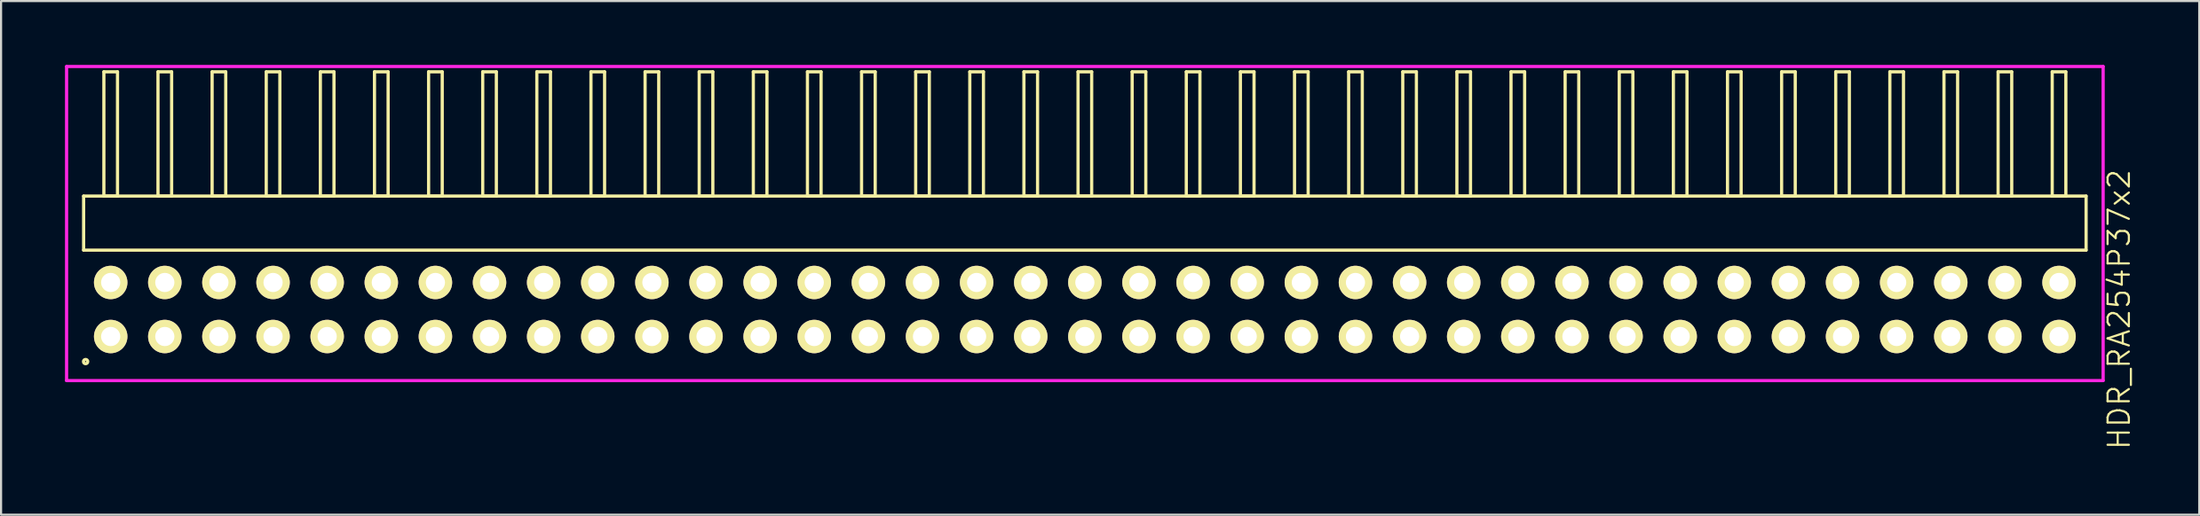
<source format=kicad_pcb>
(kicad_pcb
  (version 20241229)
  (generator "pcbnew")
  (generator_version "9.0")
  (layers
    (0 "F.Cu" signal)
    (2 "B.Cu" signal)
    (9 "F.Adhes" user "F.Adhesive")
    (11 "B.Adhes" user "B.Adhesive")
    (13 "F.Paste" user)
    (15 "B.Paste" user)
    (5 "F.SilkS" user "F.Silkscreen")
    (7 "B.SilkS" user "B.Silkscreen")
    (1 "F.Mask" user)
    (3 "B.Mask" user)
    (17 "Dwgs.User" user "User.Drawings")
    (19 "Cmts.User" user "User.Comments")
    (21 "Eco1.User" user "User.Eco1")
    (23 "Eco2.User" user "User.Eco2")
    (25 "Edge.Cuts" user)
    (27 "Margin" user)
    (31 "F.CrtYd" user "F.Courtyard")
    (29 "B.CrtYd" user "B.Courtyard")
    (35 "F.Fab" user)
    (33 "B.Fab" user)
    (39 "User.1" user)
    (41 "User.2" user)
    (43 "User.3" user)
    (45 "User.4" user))
  (footprint "HDR_RA254P37x2"
    (layer "F.Cu")
    (at 47.865 11.495)
    (property "Reference" "HDR_RA254P37x2" (at 48.54 0 90) (layer "F.SilkS") (effects (font (size 1 1) (thickness 0.1))))
    (attr through_hole)
    (fp_line (start -46.99 -5.33) (end -46.99 -2.79) (stroke (width 0.15) (type solid)) (layer "F.SilkS"))
    (fp_line (start -46.99 -2.79) (end 46.99 -2.79) (stroke (width 0.15) (type solid)) (layer "F.SilkS"))
    (fp_line (start -46.04 -11.17) (end -46.04 -5.33) (stroke (width 0.15) (type solid)) (layer "F.SilkS"))
    (fp_line (start -46.04 -5.33) (end -45.4 -5.33) (stroke (width 0.15) (type solid)) (layer "F.SilkS"))
    (fp_line (start -45.4 -11.17) (end -46.04 -11.17) (stroke (width 0.15) (type solid)) (layer "F.SilkS"))
    (fp_line (start -45.4 -5.33) (end -45.4 -11.17) (stroke (width 0.15) (type solid)) (layer "F.SilkS"))
    (fp_line (start -43.5 -11.17) (end -43.5 -5.33) (stroke (width 0.15) (type solid)) (layer "F.SilkS"))
    (fp_line (start -43.5 -5.33) (end -42.86 -5.33) (stroke (width 0.15) (type solid)) (layer "F.SilkS"))
    (fp_line (start -42.86 -11.17) (end -43.5 -11.17) (stroke (width 0.15) (type solid)) (layer "F.SilkS"))
    (fp_line (start -42.86 -5.33) (end -42.86 -11.17) (stroke (width 0.15) (type solid)) (layer "F.SilkS"))
    (fp_line (start -40.96 -11.17) (end -40.96 -5.33) (stroke (width 0.15) (type solid)) (layer "F.SilkS"))
    (fp_line (start -40.96 -5.33) (end -40.32 -5.33) (stroke (width 0.15) (type solid)) (layer "F.SilkS"))
    (fp_line (start -40.32 -11.17) (end -40.96 -11.17) (stroke (width 0.15) (type solid)) (layer "F.SilkS"))
    (fp_line (start -40.32 -5.33) (end -40.32 -11.17) (stroke (width 0.15) (type solid)) (layer "F.SilkS"))
    (fp_line (start -38.42 -11.17) (end -38.42 -5.33) (stroke (width 0.15) (type solid)) (layer "F.SilkS"))
    (fp_line (start -38.42 -5.33) (end -37.78 -5.33) (stroke (width 0.15) (type solid)) (layer "F.SilkS"))
    (fp_line (start -37.78 -11.17) (end -38.42 -11.17) (stroke (width 0.15) (type solid)) (layer "F.SilkS"))
    (fp_line (start -37.78 -5.33) (end -37.78 -11.17) (stroke (width 0.15) (type solid)) (layer "F.SilkS"))
    (fp_line (start -35.88 -11.17) (end -35.88 -5.33) (stroke (width 0.15) (type solid)) (layer "F.SilkS"))
    (fp_line (start -35.88 -5.33) (end -35.24 -5.33) (stroke (width 0.15) (type solid)) (layer "F.SilkS"))
    (fp_line (start -35.24 -11.17) (end -35.88 -11.17) (stroke (width 0.15) (type solid)) (layer "F.SilkS"))
    (fp_line (start -35.24 -5.33) (end -35.24 -11.17) (stroke (width 0.15) (type solid)) (layer "F.SilkS"))
    (fp_line (start -33.34 -11.17) (end -33.34 -5.33) (stroke (width 0.15) (type solid)) (layer "F.SilkS"))
    (fp_line (start -33.34 -5.33) (end -32.7 -5.33) (stroke (width 0.15) (type solid)) (layer "F.SilkS"))
    (fp_line (start -32.7 -11.17) (end -33.34 -11.17) (stroke (width 0.15) (type solid)) (layer "F.SilkS"))
    (fp_line (start -32.7 -5.33) (end -32.7 -11.17) (stroke (width 0.15) (type solid)) (layer "F.SilkS"))
    (fp_line (start -30.8 -11.17) (end -30.8 -5.33) (stroke (width 0.15) (type solid)) (layer "F.SilkS"))
    (fp_line (start -30.8 -5.33) (end -30.16 -5.33) (stroke (width 0.15) (type solid)) (layer "F.SilkS"))
    (fp_line (start -30.16 -11.17) (end -30.8 -11.17) (stroke (width 0.15) (type solid)) (layer "F.SilkS"))
    (fp_line (start -30.16 -5.33) (end -30.16 -11.17) (stroke (width 0.15) (type solid)) (layer "F.SilkS"))
    (fp_line (start -28.26 -11.17) (end -28.26 -5.33) (stroke (width 0.15) (type solid)) (layer "F.SilkS"))
    (fp_line (start -28.26 -5.33) (end -27.62 -5.33) (stroke (width 0.15) (type solid)) (layer "F.SilkS"))
    (fp_line (start -27.62 -11.17) (end -28.26 -11.17) (stroke (width 0.15) (type solid)) (layer "F.SilkS"))
    (fp_line (start -27.62 -5.33) (end -27.62 -11.17) (stroke (width 0.15) (type solid)) (layer "F.SilkS"))
    (fp_line (start -25.72 -11.17) (end -25.72 -5.33) (stroke (width 0.15) (type solid)) (layer "F.SilkS"))
    (fp_line (start -25.72 -5.33) (end -25.08 -5.33) (stroke (width 0.15) (type solid)) (layer "F.SilkS"))
    (fp_line (start -25.08 -11.17) (end -25.72 -11.17) (stroke (width 0.15) (type solid)) (layer "F.SilkS"))
    (fp_line (start -25.08 -5.33) (end -25.08 -11.17) (stroke (width 0.15) (type solid)) (layer "F.SilkS"))
    (fp_line (start -23.18 -11.17) (end -23.18 -5.33) (stroke (width 0.15) (type solid)) (layer "F.SilkS"))
    (fp_line (start -23.18 -5.33) (end -22.54 -5.33) (stroke (width 0.15) (type solid)) (layer "F.SilkS"))
    (fp_line (start -22.54 -11.17) (end -23.18 -11.17) (stroke (width 0.15) (type solid)) (layer "F.SilkS"))
    (fp_line (start -22.54 -5.33) (end -22.54 -11.17) (stroke (width 0.15) (type solid)) (layer "F.SilkS"))
    (fp_line (start -20.64 -11.17) (end -20.64 -5.33) (stroke (width 0.15) (type solid)) (layer "F.SilkS"))
    (fp_line (start -20.64 -5.33) (end -20 -5.33) (stroke (width 0.15) (type solid)) (layer "F.SilkS"))
    (fp_line (start -20 -11.17) (end -20.64 -11.17) (stroke (width 0.15) (type solid)) (layer "F.SilkS"))
    (fp_line (start -20 -5.33) (end -20 -11.17) (stroke (width 0.15) (type solid)) (layer "F.SilkS"))
    (fp_line (start -18.1 -11.17) (end -18.1 -5.33) (stroke (width 0.15) (type solid)) (layer "F.SilkS"))
    (fp_line (start -18.1 -5.33) (end -17.46 -5.33) (stroke (width 0.15) (type solid)) (layer "F.SilkS"))
    (fp_line (start -17.46 -11.17) (end -18.1 -11.17) (stroke (width 0.15) (type solid)) (layer "F.SilkS"))
    (fp_line (start -17.46 -5.33) (end -17.46 -11.17) (stroke (width 0.15) (type solid)) (layer "F.SilkS"))
    (fp_line (start -15.56 -11.17) (end -15.56 -5.33) (stroke (width 0.15) (type solid)) (layer "F.SilkS"))
    (fp_line (start -15.56 -5.33) (end -14.92 -5.33) (stroke (width 0.15) (type solid)) (layer "F.SilkS"))
    (fp_line (start -14.92 -11.17) (end -15.56 -11.17) (stroke (width 0.15) (type solid)) (layer "F.SilkS"))
    (fp_line (start -14.92 -5.33) (end -14.92 -11.17) (stroke (width 0.15) (type solid)) (layer "F.SilkS"))
    (fp_line (start -13.02 -11.17) (end -13.02 -5.33) (stroke (width 0.15) (type solid)) (layer "F.SilkS"))
    (fp_line (start -13.02 -5.33) (end -12.38 -5.33) (stroke (width 0.15) (type solid)) (layer "F.SilkS"))
    (fp_line (start -12.38 -11.17) (end -13.02 -11.17) (stroke (width 0.15) (type solid)) (layer "F.SilkS"))
    (fp_line (start -12.38 -5.33) (end -12.38 -11.17) (stroke (width 0.15) (type solid)) (layer "F.SilkS"))
    (fp_line (start -10.48 -11.17) (end -10.48 -5.33) (stroke (width 0.15) (type solid)) (layer "F.SilkS"))
    (fp_line (start -10.48 -5.33) (end -9.84 -5.33) (stroke (width 0.15) (type solid)) (layer "F.SilkS"))
    (fp_line (start -9.84 -11.17) (end -10.48 -11.17) (stroke (width 0.15) (type solid)) (layer "F.SilkS"))
    (fp_line (start -9.84 -5.33) (end -9.84 -11.17) (stroke (width 0.15) (type solid)) (layer "F.SilkS"))
    (fp_line (start -7.94 -11.17) (end -7.94 -5.33) (stroke (width 0.15) (type solid)) (layer "F.SilkS"))
    (fp_line (start -7.94 -5.33) (end -7.3 -5.33) (stroke (width 0.15) (type solid)) (layer "F.SilkS"))
    (fp_line (start -7.3 -11.17) (end -7.94 -11.17) (stroke (width 0.15) (type solid)) (layer "F.SilkS"))
    (fp_line (start -7.3 -5.33) (end -7.3 -11.17) (stroke (width 0.15) (type solid)) (layer "F.SilkS"))
    (fp_line (start -5.4 -11.17) (end -5.4 -5.33) (stroke (width 0.15) (type solid)) (layer "F.SilkS"))
    (fp_line (start -5.4 -5.33) (end -4.76 -5.33) (stroke (width 0.15) (type solid)) (layer "F.SilkS"))
    (fp_line (start -4.76 -11.17) (end -5.4 -11.17) (stroke (width 0.15) (type solid)) (layer "F.SilkS"))
    (fp_line (start -4.76 -5.33) (end -4.76 -11.17) (stroke (width 0.15) (type solid)) (layer "F.SilkS"))
    (fp_line (start -2.86 -11.17) (end -2.86 -5.33) (stroke (width 0.15) (type solid)) (layer "F.SilkS"))
    (fp_line (start -2.86 -5.33) (end -2.22 -5.33) (stroke (width 0.15) (type solid)) (layer "F.SilkS"))
    (fp_line (start -2.22 -11.17) (end -2.86 -11.17) (stroke (width 0.15) (type solid)) (layer "F.SilkS"))
    (fp_line (start -2.22 -5.33) (end -2.22 -11.17) (stroke (width 0.15) (type solid)) (layer "F.SilkS"))
    (fp_line (start -0.32 -11.17) (end -0.32 -5.33) (stroke (width 0.15) (type solid)) (layer "F.SilkS"))
    (fp_line (start -0.32 -5.33) (end 0.32 -5.33) (stroke (width 0.15) (type solid)) (layer "F.SilkS"))
    (fp_line (start 0.32 -11.17) (end -0.32 -11.17) (stroke (width 0.15) (type solid)) (layer "F.SilkS"))
    (fp_line (start 0.32 -5.33) (end 0.32 -11.17) (stroke (width 0.15) (type solid)) (layer "F.SilkS"))
    (fp_line (start 2.22 -11.17) (end 2.22 -5.33) (stroke (width 0.15) (type solid)) (layer "F.SilkS"))
    (fp_line (start 2.22 -5.33) (end 2.86 -5.33) (stroke (width 0.15) (type solid)) (layer "F.SilkS"))
    (fp_line (start 2.86 -11.17) (end 2.22 -11.17) (stroke (width 0.15) (type solid)) (layer "F.SilkS"))
    (fp_line (start 2.86 -5.33) (end 2.86 -11.17) (stroke (width 0.15) (type solid)) (layer "F.SilkS"))
    (fp_line (start 4.76 -11.17) (end 4.76 -5.33) (stroke (width 0.15) (type solid)) (layer "F.SilkS"))
    (fp_line (start 4.76 -5.33) (end 5.4 -5.33) (stroke (width 0.15) (type solid)) (layer "F.SilkS"))
    (fp_line (start 5.4 -11.17) (end 4.76 -11.17) (stroke (width 0.15) (type solid)) (layer "F.SilkS"))
    (fp_line (start 5.4 -5.33) (end 5.4 -11.17) (stroke (width 0.15) (type solid)) (layer "F.SilkS"))
    (fp_line (start 7.3 -11.17) (end 7.3 -5.33) (stroke (width 0.15) (type solid)) (layer "F.SilkS"))
    (fp_line (start 7.3 -5.33) (end 7.94 -5.33) (stroke (width 0.15) (type solid)) (layer "F.SilkS"))
    (fp_line (start 7.94 -11.17) (end 7.3 -11.17) (stroke (width 0.15) (type solid)) (layer "F.SilkS"))
    (fp_line (start 7.94 -5.33) (end 7.94 -11.17) (stroke (width 0.15) (type solid)) (layer "F.SilkS"))
    (fp_line (start 9.84 -11.17) (end 9.84 -5.33) (stroke (width 0.15) (type solid)) (layer "F.SilkS"))
    (fp_line (start 9.84 -5.33) (end 10.48 -5.33) (stroke (width 0.15) (type solid)) (layer "F.SilkS"))
    (fp_line (start 10.48 -11.17) (end 9.84 -11.17) (stroke (width 0.15) (type solid)) (layer "F.SilkS"))
    (fp_line (start 10.48 -5.33) (end 10.48 -11.17) (stroke (width 0.15) (type solid)) (layer "F.SilkS"))
    (fp_line (start 12.38 -11.17) (end 12.38 -5.33) (stroke (width 0.15) (type solid)) (layer "F.SilkS"))
    (fp_line (start 12.38 -5.33) (end 13.02 -5.33) (stroke (width 0.15) (type solid)) (layer "F.SilkS"))
    (fp_line (start 13.02 -11.17) (end 12.38 -11.17) (stroke (width 0.15) (type solid)) (layer "F.SilkS"))
    (fp_line (start 13.02 -5.33) (end 13.02 -11.17) (stroke (width 0.15) (type solid)) (layer "F.SilkS"))
    (fp_line (start 14.92 -11.17) (end 14.92 -5.33) (stroke (width 0.15) (type solid)) (layer "F.SilkS"))
    (fp_line (start 14.92 -5.33) (end 15.56 -5.33) (stroke (width 0.15) (type solid)) (layer "F.SilkS"))
    (fp_line (start 15.56 -11.17) (end 14.92 -11.17) (stroke (width 0.15) (type solid)) (layer "F.SilkS"))
    (fp_line (start 15.56 -5.33) (end 15.56 -11.17) (stroke (width 0.15) (type solid)) (layer "F.SilkS"))
    (fp_line (start 17.46 -11.17) (end 17.46 -5.33) (stroke (width 0.15) (type solid)) (layer "F.SilkS"))
    (fp_line (start 17.46 -5.33) (end 18.1 -5.33) (stroke (width 0.15) (type solid)) (layer "F.SilkS"))
    (fp_line (start 18.1 -11.17) (end 17.46 -11.17) (stroke (width 0.15) (type solid)) (layer "F.SilkS"))
    (fp_line (start 18.1 -5.33) (end 18.1 -11.17) (stroke (width 0.15) (type solid)) (layer "F.SilkS"))
    (fp_line (start 20 -11.17) (end 20 -5.33) (stroke (width 0.15) (type solid)) (layer "F.SilkS"))
    (fp_line (start 20 -5.33) (end 20.64 -5.33) (stroke (width 0.15) (type solid)) (layer "F.SilkS"))
    (fp_line (start 20.64 -11.17) (end 20 -11.17) (stroke (width 0.15) (type solid)) (layer "F.SilkS"))
    (fp_line (start 20.64 -5.33) (end 20.64 -11.17) (stroke (width 0.15) (type solid)) (layer "F.SilkS"))
    (fp_line (start 22.54 -11.17) (end 22.54 -5.33) (stroke (width 0.15) (type solid)) (layer "F.SilkS"))
    (fp_line (start 22.54 -5.33) (end 23.18 -5.33) (stroke (width 0.15) (type solid)) (layer "F.SilkS"))
    (fp_line (start 23.18 -11.17) (end 22.54 -11.17) (stroke (width 0.15) (type solid)) (layer "F.SilkS"))
    (fp_line (start 23.18 -5.33) (end 23.18 -11.17) (stroke (width 0.15) (type solid)) (layer "F.SilkS"))
    (fp_line (start 25.08 -11.17) (end 25.08 -5.33) (stroke (width 0.15) (type solid)) (layer "F.SilkS"))
    (fp_line (start 25.08 -5.33) (end 25.72 -5.33) (stroke (width 0.15) (type solid)) (layer "F.SilkS"))
    (fp_line (start 25.72 -11.17) (end 25.08 -11.17) (stroke (width 0.15) (type solid)) (layer "F.SilkS"))
    (fp_line (start 25.72 -5.33) (end 25.72 -11.17) (stroke (width 0.15) (type solid)) (layer "F.SilkS"))
    (fp_line (start 27.62 -11.17) (end 27.62 -5.33) (stroke (width 0.15) (type solid)) (layer "F.SilkS"))
    (fp_line (start 27.62 -5.33) (end 28.26 -5.33) (stroke (width 0.15) (type solid)) (layer "F.SilkS"))
    (fp_line (start 28.26 -11.17) (end 27.62 -11.17) (stroke (width 0.15) (type solid)) (layer "F.SilkS"))
    (fp_line (start 28.26 -5.33) (end 28.26 -11.17) (stroke (width 0.15) (type solid)) (layer "F.SilkS"))
    (fp_line (start 30.16 -11.17) (end 30.16 -5.33) (stroke (width 0.15) (type solid)) (layer "F.SilkS"))
    (fp_line (start 30.16 -5.33) (end 30.8 -5.33) (stroke (width 0.15) (type solid)) (layer "F.SilkS"))
    (fp_line (start 30.8 -11.17) (end 30.16 -11.17) (stroke (width 0.15) (type solid)) (layer "F.SilkS"))
    (fp_line (start 30.8 -5.33) (end 30.8 -11.17) (stroke (width 0.15) (type solid)) (layer "F.SilkS"))
    (fp_line (start 32.7 -11.17) (end 32.7 -5.33) (stroke (width 0.15) (type solid)) (layer "F.SilkS"))
    (fp_line (start 32.7 -5.33) (end 33.34 -5.33) (stroke (width 0.15) (type solid)) (layer "F.SilkS"))
    (fp_line (start 33.34 -11.17) (end 32.7 -11.17) (stroke (width 0.15) (type solid)) (layer "F.SilkS"))
    (fp_line (start 33.34 -5.33) (end 33.34 -11.17) (stroke (width 0.15) (type solid)) (layer "F.SilkS"))
    (fp_line (start 35.24 -11.17) (end 35.24 -5.33) (stroke (width 0.15) (type solid)) (layer "F.SilkS"))
    (fp_line (start 35.24 -5.33) (end 35.88 -5.33) (stroke (width 0.15) (type solid)) (layer "F.SilkS"))
    (fp_line (start 35.88 -11.17) (end 35.24 -11.17) (stroke (width 0.15) (type solid)) (layer "F.SilkS"))
    (fp_line (start 35.88 -5.33) (end 35.88 -11.17) (stroke (width 0.15) (type solid)) (layer "F.SilkS"))
    (fp_line (start 37.78 -11.17) (end 37.78 -5.33) (stroke (width 0.15) (type solid)) (layer "F.SilkS"))
    (fp_line (start 37.78 -5.33) (end 38.42 -5.33) (stroke (width 0.15) (type solid)) (layer "F.SilkS"))
    (fp_line (start 38.42 -11.17) (end 37.78 -11.17) (stroke (width 0.15) (type solid)) (layer "F.SilkS"))
    (fp_line (start 38.42 -5.33) (end 38.42 -11.17) (stroke (width 0.15) (type solid)) (layer "F.SilkS"))
    (fp_line (start 40.32 -11.17) (end 40.32 -5.33) (stroke (width 0.15) (type solid)) (layer "F.SilkS"))
    (fp_line (start 40.32 -5.33) (end 40.96 -5.33) (stroke (width 0.15) (type solid)) (layer "F.SilkS"))
    (fp_line (start 40.96 -11.17) (end 40.32 -11.17) (stroke (width 0.15) (type solid)) (layer "F.SilkS"))
    (fp_line (start 40.96 -5.33) (end 40.96 -11.17) (stroke (width 0.15) (type solid)) (layer "F.SilkS"))
    (fp_line (start 42.86 -11.17) (end 42.86 -5.33) (stroke (width 0.15) (type solid)) (layer "F.SilkS"))
    (fp_line (start 42.86 -5.33) (end 43.5 -5.33) (stroke (width 0.15) (type solid)) (layer "F.SilkS"))
    (fp_line (start 43.5 -11.17) (end 42.86 -11.17) (stroke (width 0.15) (type solid)) (layer "F.SilkS"))
    (fp_line (start 43.5 -5.33) (end 43.5 -11.17) (stroke (width 0.15) (type solid)) (layer "F.SilkS"))
    (fp_line (start 45.4 -11.17) (end 45.4 -5.33) (stroke (width 0.15) (type solid)) (layer "F.SilkS"))
    (fp_line (start 45.4 -5.33) (end 46.04 -5.33) (stroke (width 0.15) (type solid)) (layer "F.SilkS"))
    (fp_line (start 46.04 -11.17) (end 45.4 -11.17) (stroke (width 0.15) (type solid)) (layer "F.SilkS"))
    (fp_line (start 46.04 -5.33) (end 46.04 -11.17) (stroke (width 0.15) (type solid)) (layer "F.SilkS"))
    (fp_line (start 46.99 -5.33) (end -46.99 -5.33) (stroke (width 0.15) (type solid)) (layer "F.SilkS"))
    (fp_line (start 46.99 -2.79) (end 46.99 -5.33) (stroke (width 0.15) (type solid)) (layer "F.SilkS"))
    (fp_circle (center -46.897 2.448) (end -46.797 2.448) (stroke (width 0.15) (type solid)) (fill no) (layer "F.SilkS"))
    (fp_line (start -47.79 -11.42) (end -47.79 3.34) (stroke (width 0.15) (type solid)) (layer "F.CrtYd"))
    (fp_line (start -47.79 3.34) (end 47.79 3.34) (stroke (width 0.15) (type solid)) (layer "F.CrtYd"))
    (fp_line (start 47.79 -11.42) (end -47.79 -11.42) (stroke (width 0.15) (type solid)) (layer "F.CrtYd"))
    (fp_line (start 47.79 3.34) (end 47.79 -11.42) (stroke (width 0.15) (type solid)) (layer "F.CrtYd"))
    (pad "1" thru_hole oval (at -45.72 1.27) (size 1.57 1.57) (drill 0.9) (layers "*.Cu" "*.Mask" "F.SilkS"))
    (pad "2" thru_hole oval (at -45.72 -1.27) (size 1.57 1.57) (drill 0.9) (layers "*.Cu" "*.Mask" "F.SilkS"))
    (pad "3" thru_hole oval (at -43.18 1.27) (size 1.57 1.57) (drill 0.9) (layers "*.Cu" "*.Mask" "F.SilkS"))
    (pad "4" thru_hole oval (at -43.18 -1.27) (size 1.57 1.57) (drill 0.9) (layers "*.Cu" "*.Mask" "F.SilkS"))
    (pad "5" thru_hole oval (at -40.64 1.27) (size 1.57 1.57) (drill 0.9) (layers "*.Cu" "*.Mask" "F.SilkS"))
    (pad "6" thru_hole oval (at -40.64 -1.27) (size 1.57 1.57) (drill 0.9) (layers "*.Cu" "*.Mask" "F.SilkS"))
    (pad "7" thru_hole oval (at -38.1 1.27) (size 1.57 1.57) (drill 0.9) (layers "*.Cu" "*.Mask" "F.SilkS"))
    (pad "8" thru_hole oval (at -38.1 -1.27) (size 1.57 1.57) (drill 0.9) (layers "*.Cu" "*.Mask" "F.SilkS"))
    (pad "9" thru_hole oval (at -35.56 1.27) (size 1.57 1.57) (drill 0.9) (layers "*.Cu" "*.Mask" "F.SilkS"))
    (pad "10" thru_hole oval (at -35.56 -1.27) (size 1.57 1.57) (drill 0.9) (layers "*.Cu" "*.Mask" "F.SilkS"))
    (pad "11" thru_hole oval (at -33.02 1.27) (size 1.57 1.57) (drill 0.9) (layers "*.Cu" "*.Mask" "F.SilkS"))
    (pad "12" thru_hole oval (at -33.02 -1.27) (size 1.57 1.57) (drill 0.9) (layers "*.Cu" "*.Mask" "F.SilkS"))
    (pad "13" thru_hole oval (at -30.48 1.27) (size 1.57 1.57) (drill 0.9) (layers "*.Cu" "*.Mask" "F.SilkS"))
    (pad "14" thru_hole oval (at -30.48 -1.27) (size 1.57 1.57) (drill 0.9) (layers "*.Cu" "*.Mask" "F.SilkS"))
    (pad "15" thru_hole oval (at -27.94 1.27) (size 1.57 1.57) (drill 0.9) (layers "*.Cu" "*.Mask" "F.SilkS"))
    (pad "16" thru_hole oval (at -27.94 -1.27) (size 1.57 1.57) (drill 0.9) (layers "*.Cu" "*.Mask" "F.SilkS"))
    (pad "17" thru_hole oval (at -25.4 1.27) (size 1.57 1.57) (drill 0.9) (layers "*.Cu" "*.Mask" "F.SilkS"))
    (pad "18" thru_hole oval (at -25.4 -1.27) (size 1.57 1.57) (drill 0.9) (layers "*.Cu" "*.Mask" "F.SilkS"))
    (pad "19" thru_hole oval (at -22.86 1.27) (size 1.57 1.57) (drill 0.9) (layers "*.Cu" "*.Mask" "F.SilkS"))
    (pad "20" thru_hole oval (at -22.86 -1.27) (size 1.57 1.57) (drill 0.9) (layers "*.Cu" "*.Mask" "F.SilkS"))
    (pad "21" thru_hole oval (at -20.32 1.27) (size 1.57 1.57) (drill 0.9) (layers "*.Cu" "*.Mask" "F.SilkS"))
    (pad "22" thru_hole oval (at -20.32 -1.27) (size 1.57 1.57) (drill 0.9) (layers "*.Cu" "*.Mask" "F.SilkS"))
    (pad "23" thru_hole oval (at -17.78 1.27) (size 1.57 1.57) (drill 0.9) (layers "*.Cu" "*.Mask" "F.SilkS"))
    (pad "24" thru_hole oval (at -17.78 -1.27) (size 1.57 1.57) (drill 0.9) (layers "*.Cu" "*.Mask" "F.SilkS"))
    (pad "25" thru_hole oval (at -15.24 1.27) (size 1.57 1.57) (drill 0.9) (layers "*.Cu" "*.Mask" "F.SilkS"))
    (pad "26" thru_hole oval (at -15.24 -1.27) (size 1.57 1.57) (drill 0.9) (layers "*.Cu" "*.Mask" "F.SilkS"))
    (pad "27" thru_hole oval (at -12.7 1.27) (size 1.57 1.57) (drill 0.9) (layers "*.Cu" "*.Mask" "F.SilkS"))
    (pad "28" thru_hole oval (at -12.7 -1.27) (size 1.57 1.57) (drill 0.9) (layers "*.Cu" "*.Mask" "F.SilkS"))
    (pad "29" thru_hole oval (at -10.16 1.27) (size 1.57 1.57) (drill 0.9) (layers "*.Cu" "*.Mask" "F.SilkS"))
    (pad "30" thru_hole oval (at -10.16 -1.27) (size 1.57 1.57) (drill 0.9) (layers "*.Cu" "*.Mask" "F.SilkS"))
    (pad "31" thru_hole oval (at -7.62 1.27) (size 1.57 1.57) (drill 0.9) (layers "*.Cu" "*.Mask" "F.SilkS"))
    (pad "32" thru_hole oval (at -7.62 -1.27) (size 1.57 1.57) (drill 0.9) (layers "*.Cu" "*.Mask" "F.SilkS"))
    (pad "33" thru_hole oval (at -5.08 1.27) (size 1.57 1.57) (drill 0.9) (layers "*.Cu" "*.Mask" "F.SilkS"))
    (pad "34" thru_hole oval (at -5.08 -1.27) (size 1.57 1.57) (drill 0.9) (layers "*.Cu" "*.Mask" "F.SilkS"))
    (pad "35" thru_hole oval (at -2.54 1.27) (size 1.57 1.57) (drill 0.9) (layers "*.Cu" "*.Mask" "F.SilkS"))
    (pad "36" thru_hole oval (at -2.54 -1.27) (size 1.57 1.57) (drill 0.9) (layers "*.Cu" "*.Mask" "F.SilkS"))
    (pad "37" thru_hole oval (at 0 1.27) (size 1.57 1.57) (drill 0.9) (layers "*.Cu" "*.Mask" "F.SilkS"))
    (pad "38" thru_hole oval (at 0 -1.27) (size 1.57 1.57) (drill 0.9) (layers "*.Cu" "*.Mask" "F.SilkS"))
    (pad "39" thru_hole oval (at 2.54 1.27) (size 1.57 1.57) (drill 0.9) (layers "*.Cu" "*.Mask" "F.SilkS"))
    (pad "40" thru_hole oval (at 2.54 -1.27) (size 1.57 1.57) (drill 0.9) (layers "*.Cu" "*.Mask" "F.SilkS"))
    (pad "41" thru_hole oval (at 5.08 1.27) (size 1.57 1.57) (drill 0.9) (layers "*.Cu" "*.Mask" "F.SilkS"))
    (pad "42" thru_hole oval (at 5.08 -1.27) (size 1.57 1.57) (drill 0.9) (layers "*.Cu" "*.Mask" "F.SilkS"))
    (pad "43" thru_hole oval (at 7.62 1.27) (size 1.57 1.57) (drill 0.9) (layers "*.Cu" "*.Mask" "F.SilkS"))
    (pad "44" thru_hole oval (at 7.62 -1.27) (size 1.57 1.57) (drill 0.9) (layers "*.Cu" "*.Mask" "F.SilkS"))
    (pad "45" thru_hole oval (at 10.16 1.27) (size 1.57 1.57) (drill 0.9) (layers "*.Cu" "*.Mask" "F.SilkS"))
    (pad "46" thru_hole oval (at 10.16 -1.27) (size 1.57 1.57) (drill 0.9) (layers "*.Cu" "*.Mask" "F.SilkS"))
    (pad "47" thru_hole oval (at 12.7 1.27) (size 1.57 1.57) (drill 0.9) (layers "*.Cu" "*.Mask" "F.SilkS"))
    (pad "48" thru_hole oval (at 12.7 -1.27) (size 1.57 1.57) (drill 0.9) (layers "*.Cu" "*.Mask" "F.SilkS"))
    (pad "49" thru_hole oval (at 15.24 1.27) (size 1.57 1.57) (drill 0.9) (layers "*.Cu" "*.Mask" "F.SilkS"))
    (pad "50" thru_hole oval (at 15.24 -1.27) (size 1.57 1.57) (drill 0.9) (layers "*.Cu" "*.Mask" "F.SilkS"))
    (pad "51" thru_hole oval (at 17.78 1.27) (size 1.57 1.57) (drill 0.9) (layers "*.Cu" "*.Mask" "F.SilkS"))
    (pad "52" thru_hole oval (at 17.78 -1.27) (size 1.57 1.57) (drill 0.9) (layers "*.Cu" "*.Mask" "F.SilkS"))
    (pad "53" thru_hole oval (at 20.32 1.27) (size 1.57 1.57) (drill 0.9) (layers "*.Cu" "*.Mask" "F.SilkS"))
    (pad "54" thru_hole oval (at 20.32 -1.27) (size 1.57 1.57) (drill 0.9) (layers "*.Cu" "*.Mask" "F.SilkS"))
    (pad "55" thru_hole oval (at 22.86 1.27) (size 1.57 1.57) (drill 0.9) (layers "*.Cu" "*.Mask" "F.SilkS"))
    (pad "56" thru_hole oval (at 22.86 -1.27) (size 1.57 1.57) (drill 0.9) (layers "*.Cu" "*.Mask" "F.SilkS"))
    (pad "57" thru_hole oval (at 25.4 1.27) (size 1.57 1.57) (drill 0.9) (layers "*.Cu" "*.Mask" "F.SilkS"))
    (pad "58" thru_hole oval (at 25.4 -1.27) (size 1.57 1.57) (drill 0.9) (layers "*.Cu" "*.Mask" "F.SilkS"))
    (pad "59" thru_hole oval (at 27.94 1.27) (size 1.57 1.57) (drill 0.9) (layers "*.Cu" "*.Mask" "F.SilkS"))
    (pad "60" thru_hole oval (at 27.94 -1.27) (size 1.57 1.57) (drill 0.9) (layers "*.Cu" "*.Mask" "F.SilkS"))
    (pad "61" thru_hole oval (at 30.48 1.27) (size 1.57 1.57) (drill 0.9) (layers "*.Cu" "*.Mask" "F.SilkS"))
    (pad "62" thru_hole oval (at 30.48 -1.27) (size 1.57 1.57) (drill 0.9) (layers "*.Cu" "*.Mask" "F.SilkS"))
    (pad "63" thru_hole oval (at 33.02 1.27) (size 1.57 1.57) (drill 0.9) (layers "*.Cu" "*.Mask" "F.SilkS"))
    (pad "64" thru_hole oval (at 33.02 -1.27) (size 1.57 1.57) (drill 0.9) (layers "*.Cu" "*.Mask" "F.SilkS"))
    (pad "65" thru_hole oval (at 35.56 1.27) (size 1.57 1.57) (drill 0.9) (layers "*.Cu" "*.Mask" "F.SilkS"))
    (pad "66" thru_hole oval (at 35.56 -1.27) (size 1.57 1.57) (drill 0.9) (layers "*.Cu" "*.Mask" "F.SilkS"))
    (pad "67" thru_hole oval (at 38.1 1.27) (size 1.57 1.57) (drill 0.9) (layers "*.Cu" "*.Mask" "F.SilkS"))
    (pad "68" thru_hole oval (at 38.1 -1.27) (size 1.57 1.57) (drill 0.9) (layers "*.Cu" "*.Mask" "F.SilkS"))
    (pad "69" thru_hole oval (at 40.64 1.27) (size 1.57 1.57) (drill 0.9) (layers "*.Cu" "*.Mask" "F.SilkS"))
    (pad "70" thru_hole oval (at 40.64 -1.27) (size 1.57 1.57) (drill 0.9) (layers "*.Cu" "*.Mask" "F.SilkS"))
    (pad "71" thru_hole oval (at 43.18 1.27) (size 1.57 1.57) (drill 0.9) (layers "*.Cu" "*.Mask" "F.SilkS"))
    (pad "72" thru_hole oval (at 43.18 -1.27) (size 1.57 1.57) (drill 0.9) (layers "*.Cu" "*.Mask" "F.SilkS"))
    (pad "73" thru_hole oval (at 45.72 1.27) (size 1.57 1.57) (drill 0.9) (layers "*.Cu" "*.Mask" "F.SilkS"))
    (pad "74" thru_hole oval (at 45.72 -1.27) (size 1.57 1.57) (drill 0.9) (layers "*.Cu" "*.Mask" "F.SilkS")))
  (gr_rect
    (start -3 -3)
    (end 100.165 21.14)
    (stroke (width 0.1) (type default))
    (fill no)
    (layer "Edge.Cuts")))
</source>
